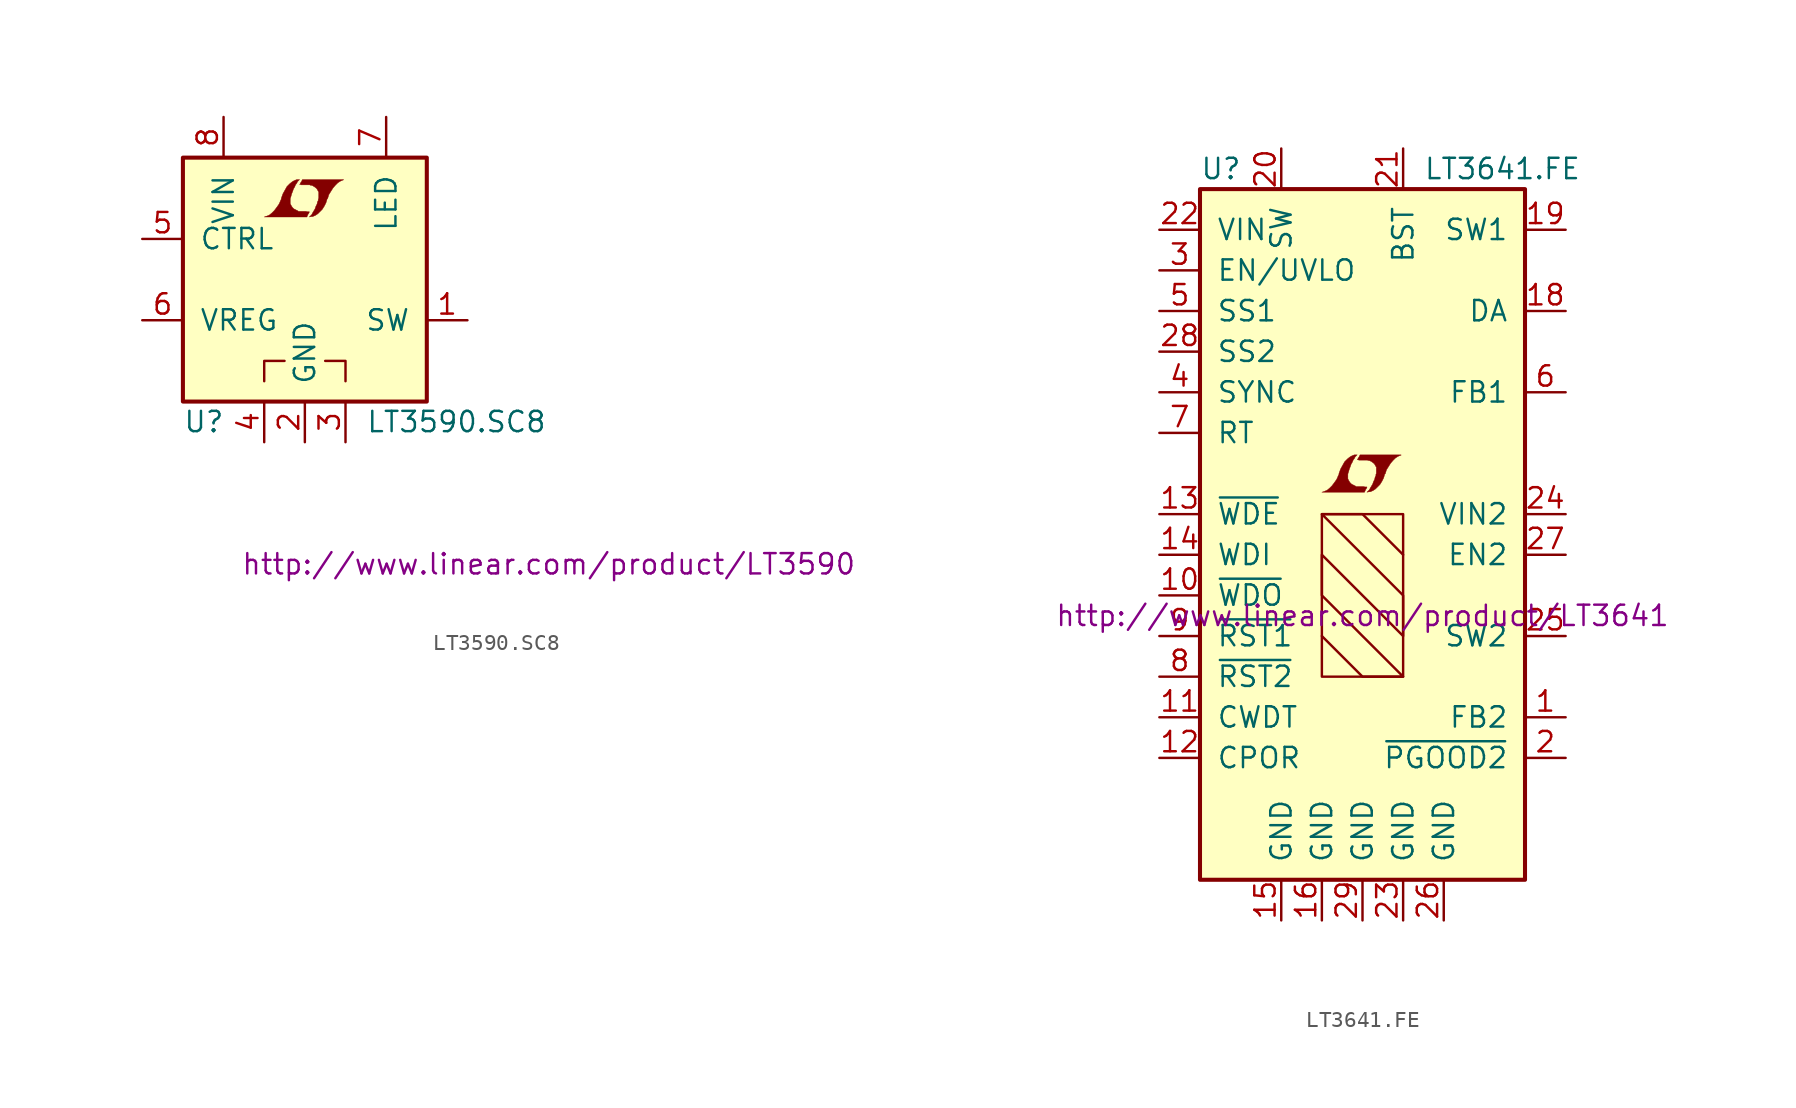
<source format=kicad_sym>
(kicad_symbol_lib
  (version 20201005)
  (generator kicad_symbol_editor)
  (symbol "LT3590.SC8"
    (pin_names
      (offset 1.016))
    (property "Reference" "U"
      (at -7.62 -8.89 0)
      (effects (font (size 1.27 1.27)) (justify left)))
    (property "Value" "LT3590.SC8"
      (at 3.81 -8.89 0)
      (effects (font (size 1.27 1.27)) (justify left)))
    (property "Datasheet" "http://www.linear.com/product/LT3590"
      (at 15.24 -17.78 0)
      (effects (font (size 1.27 1.27))))
    (symbol "LT3590.SC8_0_0"
      (polyline (pts (xy 0.203 4.089) (xy 0.229 4.115) (xy 0.279 4.216) (xy 0.279 4.242) (xy 0.152 4.242) (xy 0.051 4.267) (xy -0.406 4.267) (xy -0.432 4.293) (xy -0.686 4.42) (xy -0.787 4.521) (xy -0.864 4.648) (xy -0.914 4.75) (xy -0.914 5.055) (xy -0.864 5.207) (xy -0.838 5.309) (xy -0.813 5.385) (xy -0.762 5.512) (xy -0.711 5.664) (xy -0.635 5.791) (xy -0.584 5.918) (xy -0.508 6.02) (xy -0.457 6.121) (xy -0.33 6.248) (xy -0.508 6.248) (xy -0.635 6.198) (xy -0.737 6.147) (xy -0.813 6.096) (xy -0.94 5.994) (xy -1.118 5.817) (xy -1.372 5.359) (xy -1.473 5.08) (xy -1.473 5.029) (xy -1.524 4.928) (xy -1.575 4.801) (xy -1.626 4.699) (xy -1.753 4.521) (xy -1.905 4.318) (xy -2.057 4.166) (xy -2.21 4.039) (xy -2.388 3.962) (xy -2.54 3.912) (xy 0.127 3.912) (xy 0.203 4.089)) (stroke (width 0.025)) (fill (type outline)))
      (polyline (pts (xy 0.406 3.937) (xy 0.483 3.937) (xy 0.66 4.013) (xy 0.813 4.115) (xy 1.092 4.394) (xy 1.219 4.597) (xy 1.321 4.801) (xy 1.397 5.055) (xy 1.422 5.055) (xy 1.499 5.309) (xy 1.753 5.715) (xy 1.905 5.893) (xy 2.057 6.045) (xy 2.21 6.147) (xy 2.388 6.223) (xy 2.413 6.223) (xy 2.413 6.248) (xy -0.152 6.248) (xy -0.229 6.096) (xy -0.254 6.071) (xy -0.305 5.969) (xy -0.33 5.944) (xy -0.279 5.944) (xy -0.229 5.918) (xy 0.305 5.918) (xy 0.356 5.893) (xy 0.406 5.893) (xy 0.483 5.867) (xy 0.61 5.791) (xy 0.737 5.69) (xy 0.813 5.563) (xy 0.838 5.512) (xy 0.864 5.486) (xy 0.864 5.08) (xy 0.838 5.029) (xy 0.838 4.953) (xy 0.787 4.851) (xy 0.762 4.724) (xy 0.686 4.572) (xy 0.635 4.42) (xy 0.483 4.166) (xy 0.432 4.064) (xy 0.279 3.912) (xy 0.406 3.937)) (stroke (width 0.025)) (fill (type outline))))
    (symbol "LT3590.SC8_0_1"
      (rectangle (start -7.62 7.62) (end 7.62 -7.62) (stroke (width 0.254)) (fill (type background)))
      (polyline (pts (xy -2.54 -6.35) (xy -2.54 -5.08) (xy -1.27 -5.08)) (stroke (width 0)) (fill (type none)))
      (polyline (pts (xy 1.27 -5.08) (xy 2.54 -5.08) (xy 2.54 -6.35)) (stroke (width 0)) (fill (type none))))
    (symbol "LT3590.SC8_1_1"
      (pin passive line (at 10.16 -2.54 180) (length 2.54) (name "SW" (effects (font (size 1.27 1.27)))) (number "1" (effects (font (size 1.27 1.27)))))
      (pin power_in line (at 0 -10.16 90) (length 2.54) (name "GND" (effects (font (size 1.27 1.27)))) (number "2" (effects (font (size 1.27 1.27)))))
      (pin power_in line (at 2.54 -10.16 90) (length 2.54) (name "~" (effects (font (size 1.27 1.27)))) (number "3" (effects (font (size 1.27 1.27)))))
      (pin power_in line (at -2.54 -10.16 90) (length 2.54) (name "~" (effects (font (size 1.27 1.27)))) (number "4" (effects (font (size 1.27 1.27)))))
      (pin input line (at -10.16 2.54 0) (length 2.54) (name "CTRL" (effects (font (size 1.27 1.27)))) (number "5" (effects (font (size 1.27 1.27)))))
      (pin passive line (at -10.16 -2.54 0) (length 2.54) (name "VREG" (effects (font (size 1.27 1.27)))) (number "6" (effects (font (size 1.27 1.27)))))
      (pin power_out line (at 5.08 10.16 270) (length 2.54) (name "LED" (effects (font (size 1.27 1.27)))) (number "7" (effects (font (size 1.27 1.27)))))
      (pin power_in line (at -5.08 10.16 270) (length 2.54) (name "VIN" (effects (font (size 1.27 1.27)))) (number "8" (effects (font (size 1.27 1.27)))))))
  (symbol "LT3641.FE"
    (pin_names
      (offset 1.016))
    (property "Reference" "U"
      (at -10.16 21.59 0)
      (effects (font (size 1.27 1.27)) (justify left)))
    (property "Value" "LT3641.FE"
      (at 3.81 21.59 0)
      (effects (font (size 1.27 1.27)) (justify left)))
    (property "Datasheet" "http://www.linear.com/product/LT3641"
      (at 0 -6.35 0)
      (effects (font (size 1.27 1.27))))
    (symbol "LT3641.FE_0_0"
      (polyline (pts (xy 0.203 1.549) (xy 0.229 1.575) (xy 0.279 1.676) (xy 0.279 1.702) (xy 0.152 1.702) (xy 0.051 1.727) (xy -0.406 1.727) (xy -0.432 1.753) (xy -0.686 1.88) (xy -0.787 1.981) (xy -0.864 2.108) (xy -0.914 2.21) (xy -0.914 2.515) (xy -0.864 2.667) (xy -0.838 2.769) (xy -0.813 2.845) (xy -0.762 2.972) (xy -0.711 3.124) (xy -0.635 3.251) (xy -0.584 3.378) (xy -0.508 3.48) (xy -0.457 3.581) (xy -0.33 3.708) (xy -0.508 3.708) (xy -0.635 3.658) (xy -0.737 3.607) (xy -0.813 3.556) (xy -0.94 3.454) (xy -1.118 3.277) (xy -1.372 2.819) (xy -1.473 2.54) (xy -1.473 2.489) (xy -1.524 2.388) (xy -1.575 2.261) (xy -1.626 2.159) (xy -1.753 1.981) (xy -1.905 1.778) (xy -2.057 1.626) (xy -2.21 1.499) (xy -2.388 1.422) (xy -2.54 1.372) (xy 0.127 1.372) (xy 0.203 1.549)) (stroke (width 0.025)) (fill (type outline)))
      (polyline (pts (xy 0.406 1.397) (xy 0.483 1.397) (xy 0.66 1.473) (xy 0.813 1.575) (xy 1.092 1.854) (xy 1.219 2.057) (xy 1.321 2.261) (xy 1.397 2.515) (xy 1.422 2.515) (xy 1.499 2.769) (xy 1.753 3.175) (xy 1.905 3.353) (xy 2.057 3.505) (xy 2.21 3.607) (xy 2.388 3.683) (xy 2.413 3.683) (xy 2.413 3.708) (xy -0.152 3.708) (xy -0.229 3.556) (xy -0.254 3.531) (xy -0.305 3.429) (xy -0.33 3.404) (xy -0.279 3.404) (xy -0.229 3.378) (xy 0.305 3.378) (xy 0.356 3.353) (xy 0.406 3.353) (xy 0.483 3.327) (xy 0.61 3.251) (xy 0.737 3.15) (xy 0.813 3.023) (xy 0.838 2.972) (xy 0.864 2.946) (xy 0.864 2.54) (xy 0.838 2.489) (xy 0.838 2.413) (xy 0.787 2.311) (xy 0.762 2.184) (xy 0.686 2.032) (xy 0.635 1.88) (xy 0.483 1.626) (xy 0.432 1.524) (xy 0.279 1.372) (xy 0.406 1.397)) (stroke (width 0.025)) (fill (type outline))))
    (symbol "LT3641.FE_0_1"
      (rectangle (start -10.16 20.32) (end 10.16 -22.86) (stroke (width 0.254)) (fill (type background)))
      (rectangle (start -2.54 0) (end 2.54 -10.16) (stroke (width 0)) (fill (type none)))
      (polyline (pts (xy -2.54 -7.62) (xy 0 -10.16) (xy 2.54 -10.16) (xy -2.54 -5.08) (xy -2.54 -2.54) (xy 2.54 -7.62) (xy 2.54 -5.08) (xy -2.54 0) (xy 0 0) (xy 2.54 -2.54)) (stroke (width 0)) (fill (type none))))
    (symbol "LT3641.FE_1_1"
      (pin passive line (at 12.7 -12.7 180) (length 2.54) (name "FB2" (effects (font (size 1.27 1.27)))) (number "1" (effects (font (size 1.27 1.27)))))
      (pin open_collector line (at -12.7 -5.08 0) (length 2.54) (name "~WDO~" (effects (font (size 1.27 1.27)))) (number "10" (effects (font (size 1.27 1.27)))))
      (pin passive line (at -12.7 -12.7 0) (length 2.54) (name "CWDT" (effects (font (size 1.27 1.27)))) (number "11" (effects (font (size 1.27 1.27)))))
      (pin passive line (at -12.7 -15.24 0) (length 2.54) (name "CPOR" (effects (font (size 1.27 1.27)))) (number "12" (effects (font (size 1.27 1.27)))))
      (pin input line (at -12.7 0 0) (length 2.54) (name "~WDE~" (effects (font (size 1.27 1.27)))) (number "13" (effects (font (size 1.27 1.27)))))
      (pin input line (at -12.7 -2.54 0) (length 2.54) (name "WDI" (effects (font (size 1.27 1.27)))) (number "14" (effects (font (size 1.27 1.27)))))
      (pin power_in line (at -5.08 -25.4 90) (length 2.54) (name "GND" (effects (font (size 1.27 1.27)))) (number "15" (effects (font (size 1.27 1.27)))))
      (pin power_in line (at -2.54 -25.4 90) (length 2.54) (name "GND" (effects (font (size 1.27 1.27)))) (number "16" (effects (font (size 1.27 1.27)))))
      (pin unconnected line (at -2.54 22.86 270) (length 2.54) hide (name "NC" (effects (font (size 1.27 1.27)))) (number "17" (effects (font (size 1.27 1.27)))))
      (pin passive line (at 12.7 12.7 180) (length 2.54) (name "DA" (effects (font (size 1.27 1.27)))) (number "18" (effects (font (size 1.27 1.27)))))
      (pin passive line (at 12.7 17.78 180) (length 2.54) (name "SW1" (effects (font (size 1.27 1.27)))) (number "19" (effects (font (size 1.27 1.27)))))
      (pin open_collector line (at 12.7 -15.24 180) (length 2.54) (name "~PGOOD2~" (effects (font (size 1.27 1.27)))) (number "2" (effects (font (size 1.27 1.27)))))
      (pin passive line (at -5.08 22.86 270) (length 2.54) (name "SW" (effects (font (size 1.27 1.27)))) (number "20" (effects (font (size 1.27 1.27)))))
      (pin passive line (at 2.54 22.86 270) (length 2.54) (name "BST" (effects (font (size 1.27 1.27)))) (number "21" (effects (font (size 1.27 1.27)))))
      (pin power_in line (at -12.7 17.78 0) (length 2.54) (name "VIN" (effects (font (size 1.27 1.27)))) (number "22" (effects (font (size 1.27 1.27)))))
      (pin power_in line (at 2.54 -25.4 90) (length 2.54) (name "GND" (effects (font (size 1.27 1.27)))) (number "23" (effects (font (size 1.27 1.27)))))
      (pin power_in line (at 12.7 0 180) (length 2.54) (name "VIN2" (effects (font (size 1.27 1.27)))) (number "24" (effects (font (size 1.27 1.27)))))
      (pin passive line (at 12.7 -7.62 180) (length 2.54) (name "SW2" (effects (font (size 1.27 1.27)))) (number "25" (effects (font (size 1.27 1.27)))))
      (pin power_in line (at 5.08 -25.4 90) (length 2.54) (name "GND" (effects (font (size 1.27 1.27)))) (number "26" (effects (font (size 1.27 1.27)))))
      (pin input line (at 12.7 -2.54 180) (length 2.54) (name "EN2" (effects (font (size 1.27 1.27)))) (number "27" (effects (font (size 1.27 1.27)))))
      (pin passive line (at -12.7 10.16 0) (length 2.54) (name "SS2" (effects (font (size 1.27 1.27)))) (number "28" (effects (font (size 1.27 1.27)))))
      (pin power_in line (at 0 -25.4 90) (length 2.54) (name "GND" (effects (font (size 1.27 1.27)))) (number "29" (effects (font (size 1.27 1.27)))))
      (pin input line (at -12.7 15.24 0) (length 2.54) (name "EN/UVLO" (effects (font (size 1.27 1.27)))) (number "3" (effects (font (size 1.27 1.27)))))
      (pin input line (at -12.7 7.62 0) (length 2.54) (name "SYNC" (effects (font (size 1.27 1.27)))) (number "4" (effects (font (size 1.27 1.27)))))
      (pin passive line (at -12.7 12.7 0) (length 2.54) (name "SS1" (effects (font (size 1.27 1.27)))) (number "5" (effects (font (size 1.27 1.27)))))
      (pin passive line (at 12.7 7.62 180) (length 2.54) (name "FB1" (effects (font (size 1.27 1.27)))) (number "6" (effects (font (size 1.27 1.27)))))
      (pin passive line (at -12.7 5.08 0) (length 2.54) (name "RT" (effects (font (size 1.27 1.27)))) (number "7" (effects (font (size 1.27 1.27)))))
      (pin open_collector line (at -12.7 -10.16 0) (length 2.54) (name "~RST2~" (effects (font (size 1.27 1.27)))) (number "8" (effects (font (size 1.27 1.27)))))
      (pin open_collector line (at -12.7 -7.62 0) (length 2.54) (name "~RST1~" (effects (font (size 1.27 1.27)))) (number "9" (effects (font (size 1.27 1.27))))))))
</source>
